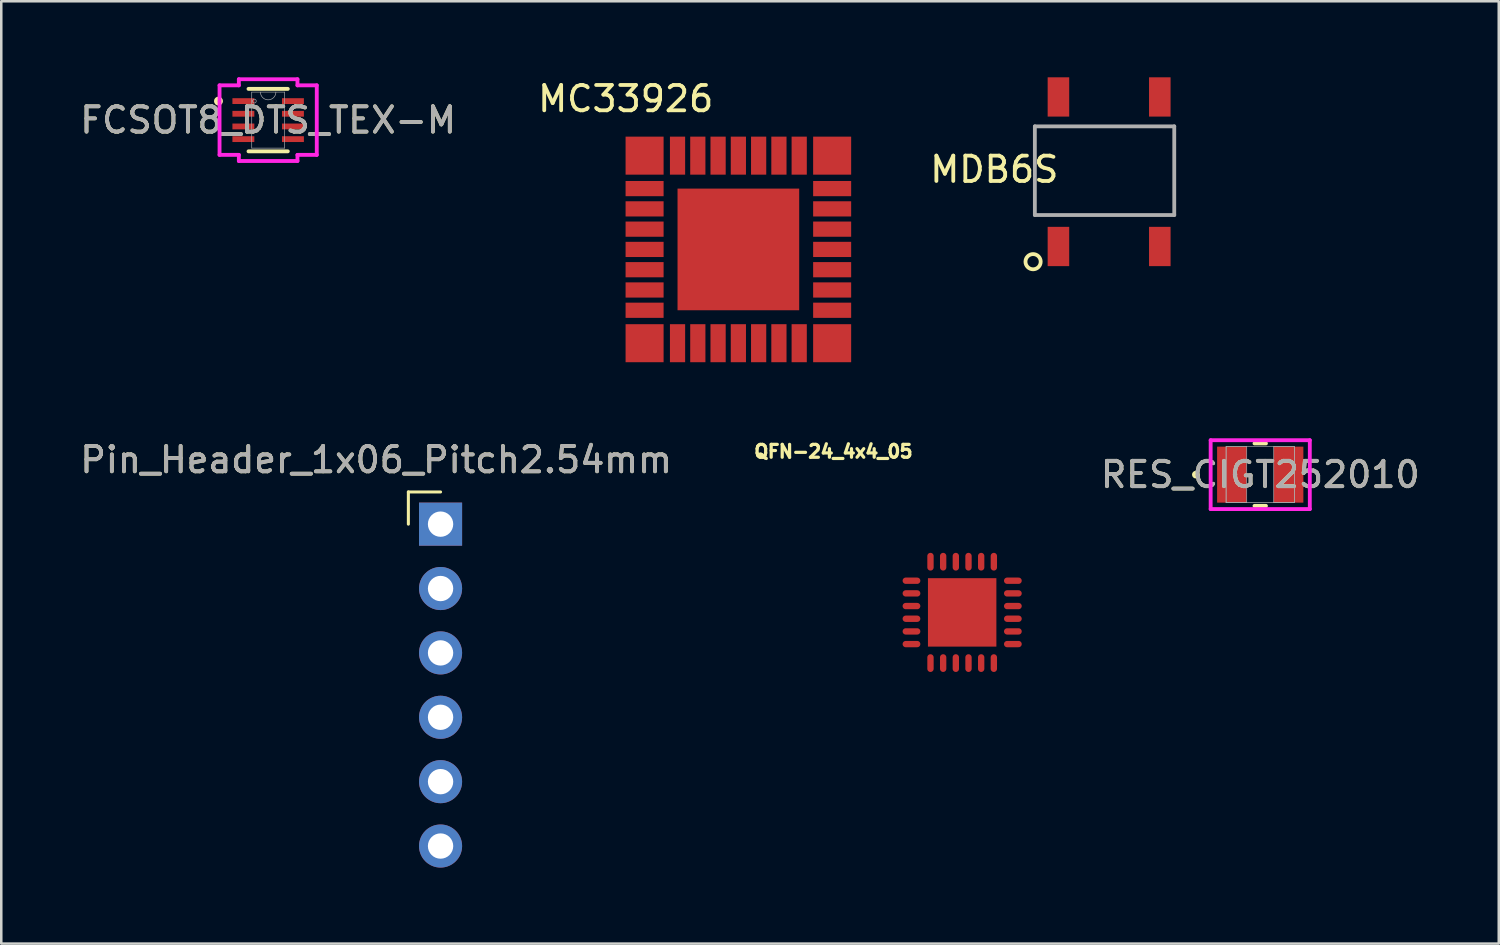
<source format=kicad_pcb>
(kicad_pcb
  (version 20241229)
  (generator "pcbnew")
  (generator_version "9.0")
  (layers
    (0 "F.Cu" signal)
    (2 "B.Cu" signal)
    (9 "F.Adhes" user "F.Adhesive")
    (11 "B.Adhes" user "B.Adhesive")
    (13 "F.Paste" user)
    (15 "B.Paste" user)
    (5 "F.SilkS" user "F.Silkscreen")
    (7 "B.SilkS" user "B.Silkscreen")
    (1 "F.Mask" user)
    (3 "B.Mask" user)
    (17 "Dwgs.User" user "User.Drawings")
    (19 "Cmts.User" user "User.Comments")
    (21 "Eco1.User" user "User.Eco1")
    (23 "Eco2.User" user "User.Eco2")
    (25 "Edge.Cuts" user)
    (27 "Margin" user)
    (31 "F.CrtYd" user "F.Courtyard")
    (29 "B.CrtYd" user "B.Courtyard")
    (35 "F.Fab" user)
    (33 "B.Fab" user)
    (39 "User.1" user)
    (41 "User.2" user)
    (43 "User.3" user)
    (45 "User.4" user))
  (footprint "RES_CIGT252010"
    (layer "F.Cu")
    (at 46.672 15.677)
    (property "Reference" "RES_CIGT252010" (at 0 0 0) (unlocked yes) (layer "F.SilkS") (effects (font (size 1 1) (thickness 0.15))))
    (attr smd)
    (fp_line (start -0.226 1.232) (end 0.226 1.232) (stroke (width 0.152) (type solid)) (layer "F.SilkS"))
    (fp_line (start 0.226 -1.232) (end -0.226 -1.232) (stroke (width 0.152) (type solid)) (layer "F.SilkS"))
    (fp_circle (center -2.54 0) (end -2.464 0) (stroke (width 0.152) (type solid)) (fill no) (layer "F.SilkS"))
    (fp_line (start -1.956 -1.359) (end 1.956 -1.359) (stroke (width 0.152) (type solid)) (layer "F.CrtYd"))
    (fp_line (start -1.956 1.359) (end -1.956 -1.359) (stroke (width 0.152) (type solid)) (layer "F.CrtYd"))
    (fp_line (start 1.956 -1.359) (end 1.956 1.359) (stroke (width 0.152) (type solid)) (layer "F.CrtYd"))
    (fp_line (start 1.956 1.359) (end -1.956 1.359) (stroke (width 0.152) (type solid)) (layer "F.CrtYd"))
    (fp_line (start -1.346 -1.105) (end -1.346 1.105) (stroke (width 0.025) (type solid)) (layer "F.Fab"))
    (fp_line (start -1.346 -1.105) (end -1.346 1.105) (stroke (width 0.025) (type solid)) (layer "F.Fab"))
    (fp_line (start -1.346 1.105) (end -0.533 1.105) (stroke (width 0.025) (type solid)) (layer "F.Fab"))
    (fp_line (start -1.346 1.105) (end 1.346 1.105) (stroke (width 0.025) (type solid)) (layer "F.Fab"))
    (fp_line (start -0.533 -1.105) (end -1.346 -1.105) (stroke (width 0.025) (type solid)) (layer "F.Fab"))
    (fp_line (start -0.533 1.105) (end -0.533 -1.105) (stroke (width 0.025) (type solid)) (layer "F.Fab"))
    (fp_line (start 0.533 -1.105) (end 0.533 1.105) (stroke (width 0.025) (type solid)) (layer "F.Fab"))
    (fp_line (start 0.533 1.105) (end 1.346 1.105) (stroke (width 0.025) (type solid)) (layer "F.Fab"))
    (fp_line (start 1.346 -1.105) (end -1.346 -1.105) (stroke (width 0.025) (type solid)) (layer "F.Fab"))
    (fp_line (start 1.346 -1.105) (end 0.533 -1.105) (stroke (width 0.025) (type solid)) (layer "F.Fab"))
    (fp_line (start 1.346 1.105) (end 1.346 -1.105) (stroke (width 0.025) (type solid)) (layer "F.Fab"))
    (fp_line (start 1.346 1.105) (end 1.346 -1.105) (stroke (width 0.025) (type solid)) (layer "F.Fab"))
    (fp_circle (center -0.991 0) (end -0.914 0) (stroke (width 0.025) (type solid)) (fill no) (layer "F.Fab"))
    (fp_text user "${REFERENCE}" (at 0 0 0) (unlocked yes) (layer "F.Fab") (effects (font (size 1 1) (thickness 0.15))))
    (pad "1" smd rect (at -1.118 0) (size 1.168 2.21) (layers "F.Cu" "F.Mask" "F.Paste"))
    (pad "2" smd rect (at 1.118 0) (size 1.168 2.21) (layers "F.Cu" "F.Mask" "F.Paste"))
    (zone (net_name "") (layer "F.Cu") (hatch full 0.508) (connect_pads) (min_thickness 0.254) (filled_areas_thickness no) (keepout (tracks not_allowed) (vias not_allowed) (pads allowed) (copperpour not_allowed) (footprints allowed)) (placement (enabled no)) (fill) (polygon (pts (xy 46.19 14.622) (xy 47.155 14.622) (xy 47.155 16.731) (xy 46.19 16.731)))))
  (footprint "Pin_Header_1x06_Pitch2.54mm"
    (layer "F.Cu")
    (at 14.332 17.63)
    (property "Reference" "Pin_Header_1x06_Pitch2.54mm" (at -2.54 -2.54 0) (layer "F.SilkS") (effects (font (size 1 1) (thickness 0.15))))
    (attr through_hole)
    (fp_line (start -1.27 -1.27) (end 0 -1.27) (stroke (width 0.12) (type solid)) (layer "F.SilkS"))
    (fp_line (start -1.27 0) (end -1.27 -1.27) (stroke (width 0.12) (type solid)) (layer "F.SilkS"))
    (fp_text user "${REFERENCE}" (at -2.54 -2.54 0) (layer "F.Fab") (effects (font (size 1 1) (thickness 0.15))))
    (pad "1" thru_hole rect (at 0 0) (size 1.7 1.7) (drill 1) (layers "*.Cu" "*.Mask"))
    (pad "2" thru_hole oval (at 0 2.54) (size 1.7 1.7) (drill 1) (layers "*.Cu" "*.Mask"))
    (pad "3" thru_hole oval (at 0 5.08) (size 1.7 1.7) (drill 1) (layers "*.Cu" "*.Mask"))
    (pad "4" thru_hole oval (at 0 7.62) (size 1.7 1.7) (drill 1) (layers "*.Cu" "*.Mask"))
    (pad "5" thru_hole oval (at 0 10.16) (size 1.7 1.7) (drill 1) (layers "*.Cu" "*.Mask"))
    (pad "6" thru_hole oval (at 0 12.7) (size 1.7 1.7) (drill 1) (layers "*.Cu" "*.Mask")))
  (footprint "MDB6S"
    (layer "F.Cu")
    (at 40.78 3.935)
    (property "Reference" "MDB6S" (at -4.6 -0.3 0) (layer "F.SilkS") (effects (font (size 1 1) (thickness 0.15))))
    (attr through_hole)
    (fp_circle (center -3.07 3.34) (end -3.37 3.34) (stroke (width 0.15) (type solid)) (fill no) (layer "F.SilkS"))
    (fp_line (start -3 -2) (end 2.5 -2) (stroke (width 0.15) (type solid)) (layer "F.Fab"))
    (fp_line (start -3 1.5) (end -3 -2) (stroke (width 0.15) (type solid)) (layer "F.Fab"))
    (fp_line (start 2.5 -2) (end 2.5 1.5) (stroke (width 0.15) (type solid)) (layer "F.Fab"))
    (fp_line (start 2.5 1.5) (end -3 1.5) (stroke (width 0.15) (type solid)) (layer "F.Fab"))
    (pad "1" smd rect (at -2.07 2.74) (size 0.85 1.55) (layers "F.Cu" "F.Mask" "F.Paste"))
    (pad "2" smd rect (at 1.93 2.74) (size 0.85 1.55) (layers "F.Cu" "F.Mask" "F.Paste"))
    (pad "3" smd rect (at 1.93 -3.16) (size 0.85 1.55) (layers "F.Cu" "F.Mask" "F.Paste"))
    (pad "4" smd rect (at -2.07 -3.16) (size 0.85 1.55) (layers "F.Cu" "F.Mask" "F.Paste")))
  (footprint "MC33926"
    (layer "F.Cu")
    (at 26.057 6.868)
    (property "Reference" "MC33926" (at -4.42 -6.02 0) (layer "F.SilkS") (effects (font (size 1 1) (thickness 0.15))))
    (attr through_hole)
    (pad "1" smd rect (at -3.475 -3.577) (size 1.5 1.5) (drill (offset -0.2 -0.2)) (layers "F.Cu" "F.Mask" "F.Paste"))
    (pad "2" smd rect (at -3.175 -2.477 90) (size 0.6 1.5) (drill (offset 0 -0.5)) (layers "F.Cu" "F.Mask" "F.Paste"))
    (pad "3" smd rect (at -3.175 -1.677 90) (size 0.6 1.5) (drill (offset 0 -0.5)) (layers "F.Cu" "F.Mask" "F.Paste"))
    (pad "4" smd rect (at -3.175 -0.877 90) (size 0.6 1.5) (drill (offset 0 -0.5)) (layers "F.Cu" "F.Mask" "F.Paste"))
    (pad "5" smd rect (at -3.175 -0.077 90) (size 0.6 1.5) (drill (offset 0 -0.5)) (layers "F.Cu" "F.Mask" "F.Paste"))
    (pad "6" smd rect (at -3.175 0.723 90) (size 0.6 1.5) (drill (offset 0 -0.5)) (layers "F.Cu" "F.Mask" "F.Paste"))
    (pad "7" smd rect (at -3.175 1.523 90) (size 0.6 1.5) (drill (offset 0 -0.5)) (layers "F.Cu" "F.Mask" "F.Paste"))
    (pad "8" smd rect (at -3.175 2.323 90) (size 0.6 1.5) (drill (offset 0 -0.5)) (layers "F.Cu" "F.Mask" "F.Paste"))
    (pad "9" smd rect (at -3.475 3.423) (size 1.5 1.5) (drill (offset -0.2 0.2)) (layers "F.Cu" "F.Mask" "F.Paste"))
    (pad "10" smd rect (at -2.375 3.423) (size 0.6 1.5) (drill (offset 0 0.2)) (layers "F.Cu" "F.Mask" "F.Paste"))
    (pad "11" smd rect (at -1.575 3.423) (size 0.6 1.5) (drill (offset 0 0.2)) (layers "F.Cu" "F.Mask" "F.Paste"))
    (pad "12" smd rect (at -0.775 3.423) (size 0.6 1.5) (drill (offset 0 0.2)) (layers "F.Cu" "F.Mask" "F.Paste"))
    (pad "13" smd rect (at 0.025 3.423) (size 0.6 1.5) (drill (offset 0 0.2)) (layers "F.Cu" "F.Mask" "F.Paste"))
    (pad "14" smd rect (at 0.825 3.423) (size 0.6 1.5) (drill (offset 0 0.2)) (layers "F.Cu" "F.Mask" "F.Paste"))
    (pad "15" smd rect (at 1.625 3.423) (size 0.6 1.5) (drill (offset 0 0.2)) (layers "F.Cu" "F.Mask" "F.Paste"))
    (pad "16" smd rect (at 2.425 3.423) (size 0.6 1.5) (drill (offset 0 0.2)) (layers "F.Cu" "F.Mask" "F.Paste"))
    (pad "17" smd rect (at 3.525 3.423) (size 1.5 1.5) (drill (offset 0.2 0.2)) (layers "F.Cu" "F.Mask" "F.Paste"))
    (pad "18" smd rect (at 3.225 2.323 90) (size 0.6 1.5) (drill (offset 0 0.5)) (layers "F.Cu" "F.Mask" "F.Paste"))
    (pad "19" smd rect (at 3.225 1.523 90) (size 0.6 1.5) (drill (offset 0 0.5)) (layers "F.Cu" "F.Mask" "F.Paste"))
    (pad "20" smd rect (at 3.225 0.723 90) (size 0.6 1.5) (drill (offset 0 0.5)) (layers "F.Cu" "F.Mask" "F.Paste"))
    (pad "21" smd rect (at 3.225 -0.077 90) (size 0.6 1.5) (drill (offset 0 0.5)) (layers "F.Cu" "F.Mask" "F.Paste"))
    (pad "22" smd rect (at 3.225 -0.877 90) (size 0.6 1.5) (drill (offset 0 0.5)) (layers "F.Cu" "F.Mask" "F.Paste"))
    (pad "23" smd rect (at 3.225 -1.677 90) (size 0.6 1.5) (drill (offset 0 0.5)) (layers "F.Cu" "F.Mask" "F.Paste"))
    (pad "24" smd rect (at 3.225 -2.477 90) (size 0.6 1.5) (drill (offset 0 0.5)) (layers "F.Cu" "F.Mask" "F.Paste"))
    (pad "25" smd rect (at 3.525 -3.577) (size 1.5 1.5) (drill (offset 0.2 -0.2)) (layers "F.Cu" "F.Mask" "F.Paste"))
    (pad "26" smd rect (at 2.425 -3.277) (size 0.6 1.5) (drill (offset 0 -0.5)) (layers "F.Cu" "F.Mask" "F.Paste"))
    (pad "27" smd rect (at 1.625 -3.277) (size 0.6 1.5) (drill (offset 0 -0.5)) (layers "F.Cu" "F.Mask" "F.Paste"))
    (pad "28" smd rect (at 0.825 -3.277) (size 0.6 1.5) (drill (offset 0 -0.5)) (layers "F.Cu" "F.Mask" "F.Paste"))
    (pad "29" smd rect (at 0.025 -3.277) (size 0.6 1.5) (drill (offset 0 -0.5)) (layers "F.Cu" "F.Mask" "F.Paste"))
    (pad "30" smd rect (at -0.775 -3.277) (size 0.6 1.5) (drill (offset 0 -0.5)) (layers "F.Cu" "F.Mask" "F.Paste"))
    (pad "31" smd rect (at -1.575 -3.277) (size 0.6 1.5) (drill (offset 0 -0.5)) (layers "F.Cu" "F.Mask" "F.Paste"))
    (pad "32" smd rect (at -2.375 -3.277) (size 0.6 1.5) (drill (offset 0 -0.5)) (layers "F.Cu" "F.Mask" "F.Paste"))
    (pad "33" smd rect (at 0.025 -0.077) (size 4.8 4.8) (layers "F.Cu" "F.Mask" "F.Paste")))
  (footprint "FCSOT8_DTS_TEX-M"
    (layer "F.Cu")
    (at 7.53 1.689)
    (property "Reference" "FCSOT8_DTS_TEX-M" (at 0 0 0) (unlocked yes) (layer "F.SilkS") (effects (font (size 1 1) (thickness 0.15))))
    (attr smd)
    (fp_line (start -0.775 1.232) (end 0.775 1.232) (stroke (width 0.152) (type solid)) (layer "F.SilkS"))
    (fp_line (start 0.775 -1.232) (end -0.775 -1.232) (stroke (width 0.152) (type solid)) (layer "F.SilkS"))
    (fp_circle (center -1.96 -0.75) (end -1.859 -0.75) (stroke (width 0.152) (type solid)) (fill no) (layer "F.SilkS"))
    (fp_line (start -1.918 -1.372) (end -1.156 -1.372) (stroke (width 0.152) (type solid)) (layer "F.CrtYd"))
    (fp_line (start -1.918 1.372) (end -1.918 -1.372) (stroke (width 0.152) (type solid)) (layer "F.CrtYd"))
    (fp_line (start -1.918 1.372) (end -1.156 1.372) (stroke (width 0.152) (type solid)) (layer "F.CrtYd"))
    (fp_line (start -1.156 -1.613) (end 1.156 -1.613) (stroke (width 0.152) (type solid)) (layer "F.CrtYd"))
    (fp_line (start -1.156 -1.372) (end -1.156 -1.613) (stroke (width 0.152) (type solid)) (layer "F.CrtYd"))
    (fp_line (start -1.156 1.613) (end -1.156 1.372) (stroke (width 0.152) (type solid)) (layer "F.CrtYd"))
    (fp_line (start 1.156 -1.613) (end 1.156 -1.372) (stroke (width 0.152) (type solid)) (layer "F.CrtYd"))
    (fp_line (start 1.156 1.372) (end 1.156 1.613) (stroke (width 0.152) (type solid)) (layer "F.CrtYd"))
    (fp_line (start 1.156 1.613) (end -1.156 1.613) (stroke (width 0.152) (type solid)) (layer "F.CrtYd"))
    (fp_line (start 1.918 -1.372) (end 1.156 -1.372) (stroke (width 0.152) (type solid)) (layer "F.CrtYd"))
    (fp_line (start 1.918 -1.372) (end 1.918 1.372) (stroke (width 0.152) (type solid)) (layer "F.CrtYd"))
    (fp_line (start 1.918 1.372) (end 1.156 1.372) (stroke (width 0.152) (type solid)) (layer "F.CrtYd"))
    (fp_line (start -0.648 -1.105) (end -0.648 1.105) (stroke (width 0.025) (type solid)) (layer "F.Fab"))
    (fp_line (start -0.648 1.105) (end 0.648 1.105) (stroke (width 0.025) (type solid)) (layer "F.Fab"))
    (fp_line (start 0.648 -1.105) (end -0.648 -1.105) (stroke (width 0.025) (type solid)) (layer "F.Fab"))
    (fp_line (start 0.648 1.105) (end 0.648 -1.105) (stroke (width 0.025) (type solid)) (layer "F.Fab"))
    (fp_arc (start 0.3048 -1.1049) (mid 0 -0.8001) (end -0.3048 -1.1049) (stroke (width 0.0254) (type solid)) (layer "F.Fab"))
    (fp_circle (center -0.546 -0.75) (end -0.47 -0.75) (stroke (width 0.025) (type solid)) (fill no) (layer "F.Fab"))
    (fp_text user "${REFERENCE}" (at 0 0 0) (unlocked yes) (layer "F.Fab") (effects (font (size 1 1) (thickness 0.15))))
    (pad "1" smd rect (at -0.978 -0.75) (size 0.864 0.229) (layers "F.Cu" "F.Mask" "F.Paste"))
    (pad "2" smd rect (at -0.978 -0.25) (size 0.864 0.229) (layers "F.Cu" "F.Mask" "F.Paste"))
    (pad "3" smd rect (at -0.978 0.25) (size 0.864 0.229) (layers "F.Cu" "F.Mask" "F.Paste"))
    (pad "4" smd rect (at -0.978 0.75) (size 0.864 0.229) (layers "F.Cu" "F.Mask" "F.Paste"))
    (pad "5" smd rect (at 0.978 0.75) (size 0.864 0.229) (layers "F.Cu" "F.Mask" "F.Paste"))
    (pad "6" smd rect (at 0.978 0.25) (size 0.864 0.229) (layers "F.Cu" "F.Mask" "F.Paste"))
    (pad "7" smd rect (at 0.978 -0.25) (size 0.864 0.229) (layers "F.Cu" "F.Mask" "F.Paste"))
    (pad "8" smd rect (at 0.978 -0.75) (size 0.864 0.229) (layers "F.Cu" "F.Mask" "F.Paste")))
  (footprint "QFN-24_4x4_05"
    (layer "F.Cu")
    (at 34.912 21.112)
    (property "Reference" "QFN-24_4x4_05" (at -5.08 -6.35 0) (layer "F.SilkS") (effects (font (size 0.508 0.508) (thickness 0.127))))
    (attr through_hole)
    (pad "1" smd oval (at -2 -1.25) (size 0.7 0.25) (layers "F.Cu" "F.Mask" "F.Paste"))
    (pad "2" smd oval (at -2 -0.75) (size 0.7 0.25) (layers "F.Cu" "F.Mask" "F.Paste"))
    (pad "3" smd oval (at -2 -0.25) (size 0.7 0.25) (layers "F.Cu" "F.Mask" "F.Paste"))
    (pad "4" smd oval (at -2 0.25) (size 0.7 0.25) (layers "F.Cu" "F.Mask" "F.Paste"))
    (pad "5" smd oval (at -2 0.75) (size 0.7 0.25) (layers "F.Cu" "F.Mask" "F.Paste"))
    (pad "6" smd oval (at -2 1.25) (size 0.7 0.25) (layers "F.Cu" "F.Mask" "F.Paste"))
    (pad "7" smd oval (at -1.25 2 90) (size 0.7 0.25) (layers "F.Cu" "F.Mask" "F.Paste"))
    (pad "8" smd oval (at -0.75 2 90) (size 0.7 0.25) (layers "F.Cu" "F.Mask" "F.Paste"))
    (pad "9" smd oval (at -0.25 2 90) (size 0.7 0.25) (layers "F.Cu" "F.Mask" "F.Paste"))
    (pad "10" smd oval (at 0.25 2 90) (size 0.7 0.25) (layers "F.Cu" "F.Mask" "F.Paste"))
    (pad "11" smd oval (at 0.75 2 90) (size 0.7 0.25) (layers "F.Cu" "F.Mask" "F.Paste"))
    (pad "12" smd oval (at 1.25 2 90) (size 0.7 0.25) (layers "F.Cu" "F.Mask" "F.Paste"))
    (pad "13" smd oval (at 2 1.25) (size 0.7 0.25) (layers "F.Cu" "F.Mask" "F.Paste"))
    (pad "14" smd oval (at 2 0.75) (size 0.7 0.25) (layers "F.Cu" "F.Mask" "F.Paste"))
    (pad "15" smd oval (at 2 0.25) (size 0.7 0.25) (layers "F.Cu" "F.Mask" "F.Paste"))
    (pad "16" smd oval (at 2 -0.25) (size 0.7 0.25) (layers "F.Cu" "F.Mask" "F.Paste"))
    (pad "17" smd oval (at 2 -0.75) (size 0.7 0.25) (layers "F.Cu" "F.Mask" "F.Paste"))
    (pad "18" smd oval (at 2 -1.25) (size 0.7 0.25) (layers "F.Cu" "F.Mask" "F.Paste"))
    (pad "19" smd oval (at 1.25 -2 90) (size 0.7 0.25) (layers "F.Cu" "F.Mask" "F.Paste"))
    (pad "20" smd oval (at 0.75 -2 90) (size 0.7 0.25) (layers "F.Cu" "F.Mask" "F.Paste"))
    (pad "21" smd oval (at 0.25 -2 90) (size 0.7 0.25) (layers "F.Cu" "F.Mask" "F.Paste"))
    (pad "22" smd oval (at -0.25 -2 90) (size 0.7 0.25) (layers "F.Cu" "F.Mask" "F.Paste"))
    (pad "23" smd oval (at -0.75 -2 90) (size 0.7 0.25) (layers "F.Cu" "F.Mask" "F.Paste"))
    (pad "24" smd oval (at -1.25 -2 90) (size 0.7 0.25) (layers "F.Cu" "F.Mask" "F.Paste"))
    (pad "25" smd rect (at 0 0 90) (size 2.7 2.7) (layers "F.Cu" "F.Mask" "F.Paste")))
  (gr_rect
    (start -3 -3)
    (end 56.083 34.18)
    (stroke (width 0.1) (type default))
    (fill no)
    (layer "Edge.Cuts")))
</source>
